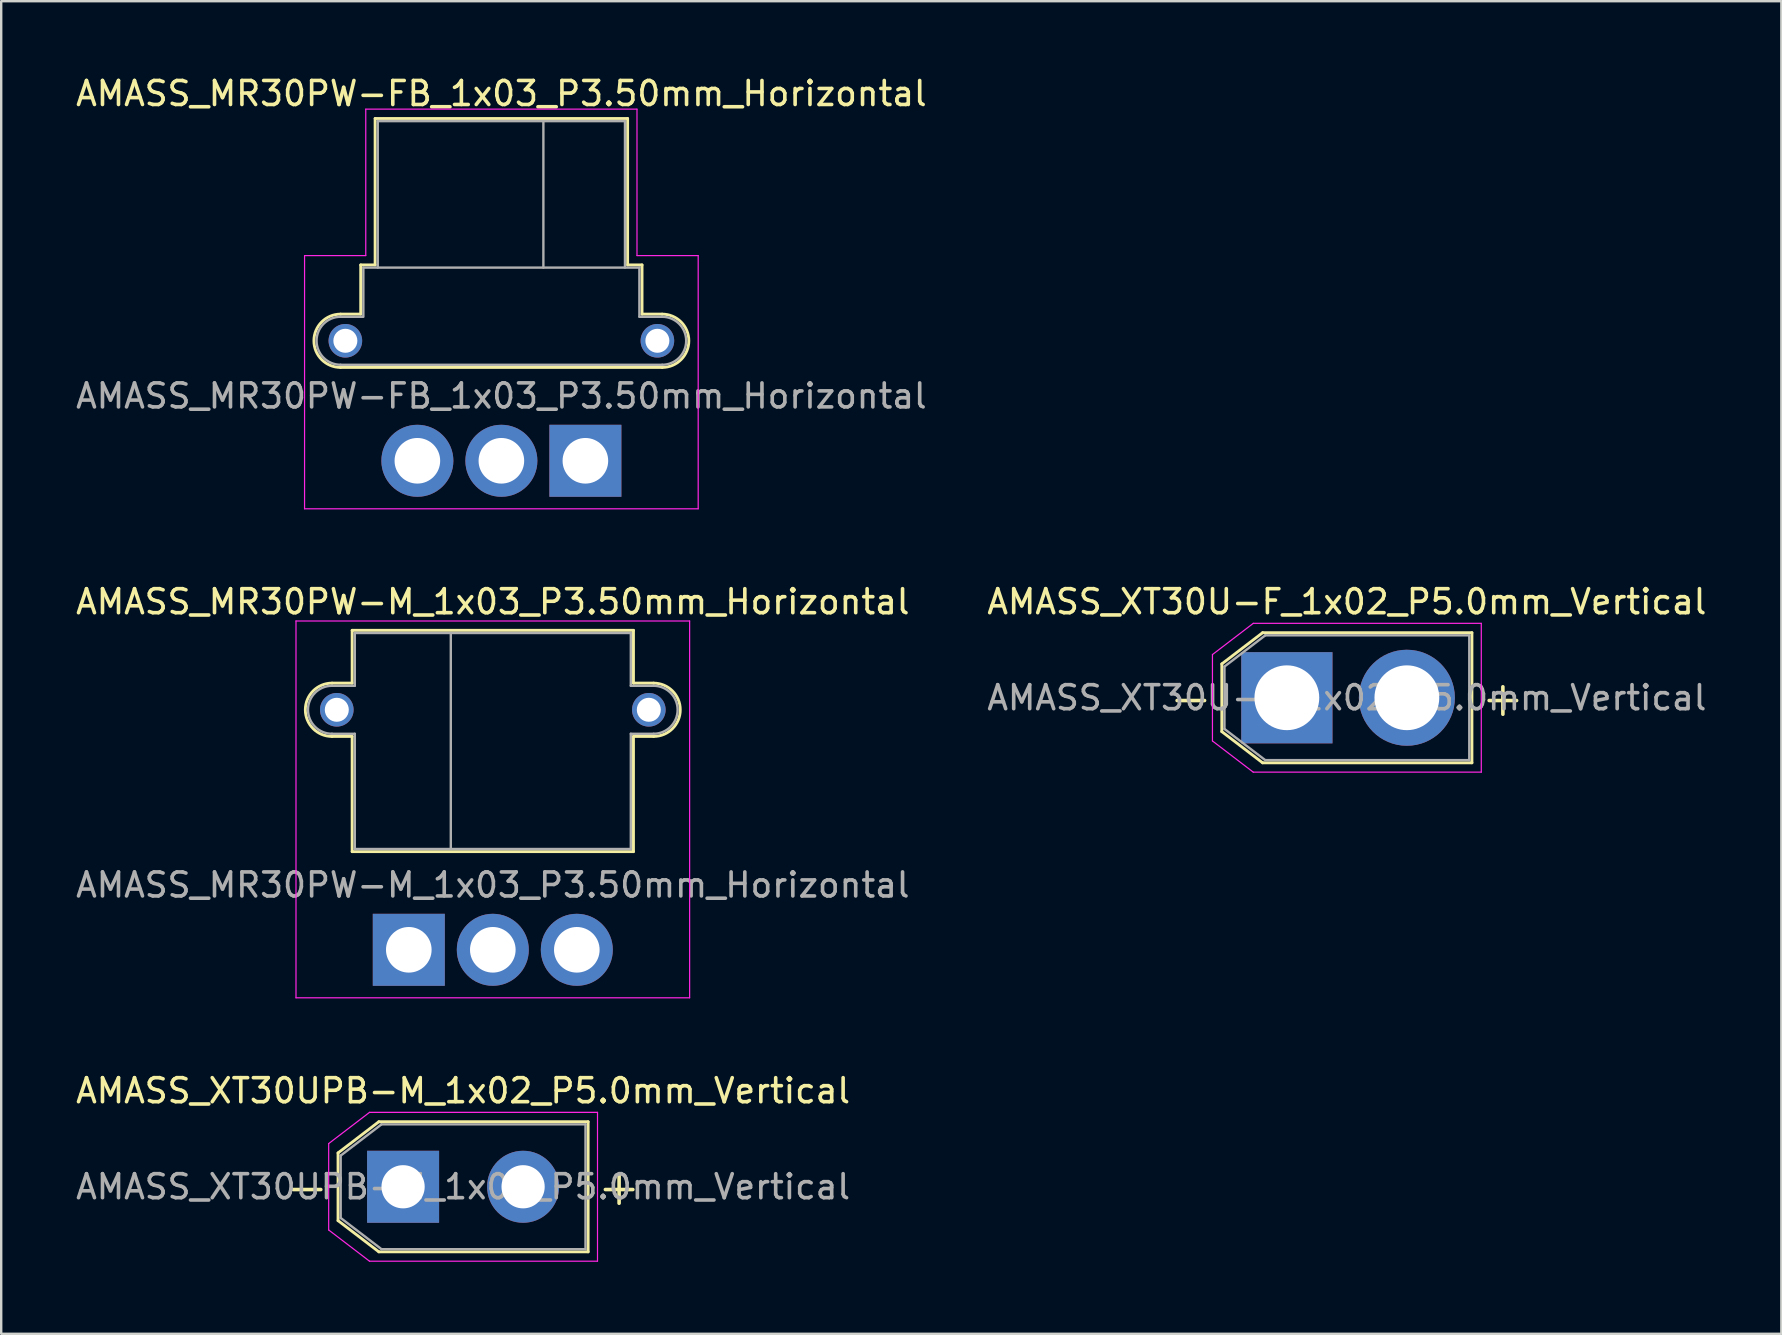
<source format=kicad_pcb>
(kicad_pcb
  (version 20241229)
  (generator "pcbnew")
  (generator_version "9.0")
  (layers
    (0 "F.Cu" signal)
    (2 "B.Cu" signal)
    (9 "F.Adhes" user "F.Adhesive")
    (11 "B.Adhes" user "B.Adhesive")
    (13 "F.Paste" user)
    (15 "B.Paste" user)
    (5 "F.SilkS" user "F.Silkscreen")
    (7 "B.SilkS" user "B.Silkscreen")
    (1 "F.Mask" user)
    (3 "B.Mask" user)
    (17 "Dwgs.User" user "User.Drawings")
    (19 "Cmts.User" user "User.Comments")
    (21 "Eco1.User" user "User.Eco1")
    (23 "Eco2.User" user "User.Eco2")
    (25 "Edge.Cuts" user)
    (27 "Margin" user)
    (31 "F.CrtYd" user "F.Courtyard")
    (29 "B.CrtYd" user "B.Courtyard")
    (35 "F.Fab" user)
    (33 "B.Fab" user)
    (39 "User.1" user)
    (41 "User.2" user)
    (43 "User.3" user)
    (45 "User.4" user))
  (footprint "AMASS_XT30U-F_1x02_P5.0mm_Vertical"
    (layer "F.Cu")
    (at 50.565 26.021)
    (property "Reference" "AMASS_XT30U-F_1x02_P5.0mm_Vertical" (at 2.5 -4 0) (layer "F.SilkS") (effects (font (size 1 1) (thickness 0.15))))
    (attr through_hole)
    (fp_line (start -2.71 -1.41) (end -2.71 1.41) (stroke (width 0.12) (type solid)) (layer "F.SilkS"))
    (fp_line (start -2.71 -1.41) (end -1.01 -2.71) (stroke (width 0.12) (type solid)) (layer "F.SilkS"))
    (fp_line (start -2.71 1.41) (end -1.01 2.71) (stroke (width 0.12) (type solid)) (layer "F.SilkS"))
    (fp_line (start -1.01 -2.71) (end 7.71 -2.71) (stroke (width 0.12) (type solid)) (layer "F.SilkS"))
    (fp_line (start -1.01 2.71) (end 7.71 2.71) (stroke (width 0.12) (type solid)) (layer "F.SilkS"))
    (fp_line (start 7.71 -2.71) (end 7.71 2.71) (stroke (width 0.12) (type solid)) (layer "F.SilkS"))
    (fp_line (start -3.1 -1.8) (end -3.1 1.8) (stroke (width 0.05) (type solid)) (layer "F.CrtYd"))
    (fp_line (start -3.1 -1.8) (end -1.4 -3.1) (stroke (width 0.05) (type solid)) (layer "F.CrtYd"))
    (fp_line (start -3.1 1.8) (end -1.4 3.1) (stroke (width 0.05) (type solid)) (layer "F.CrtYd"))
    (fp_line (start -1.4 -3.1) (end 8.1 -3.1) (stroke (width 0.05) (type solid)) (layer "F.CrtYd"))
    (fp_line (start -1.4 3.1) (end 8.1 3.1) (stroke (width 0.05) (type solid)) (layer "F.CrtYd"))
    (fp_line (start 8.1 -3.1) (end 8.1 3.1) (stroke (width 0.05) (type solid)) (layer "F.CrtYd"))
    (fp_line (start -2.6 -1.3) (end -2.6 1.3) (stroke (width 0.1) (type solid)) (layer "F.Fab"))
    (fp_line (start -2.6 -1.3) (end -0.9 -2.6) (stroke (width 0.1) (type solid)) (layer "F.Fab"))
    (fp_line (start -2.6 1.3) (end -0.9 2.6) (stroke (width 0.1) (type solid)) (layer "F.Fab"))
    (fp_line (start -0.9 -2.6) (end 7.6 -2.6) (stroke (width 0.1) (type solid)) (layer "F.Fab"))
    (fp_line (start -0.9 2.6) (end 7.6 2.6) (stroke (width 0.1) (type solid)) (layer "F.Fab"))
    (fp_line (start 7.6 -2.6) (end 7.6 2.6) (stroke (width 0.1) (type solid)) (layer "F.Fab"))
    (fp_text user "+" (at 9 0 0) (layer "F.SilkS") (effects (font (size 1.5 1.5) (thickness 0.15))))
    (fp_text user "-" (at -4 0 0) (layer "F.SilkS") (effects (font (size 1.5 1.5) (thickness 0.15))))
    (fp_text user "${REFERENCE}" (at 2.5 0 0) (layer "F.Fab") (effects (font (size 1 1) (thickness 0.15))))
    (pad "1" thru_hole rect (at 0 0) (size 3.8 3.8) (drill 2.7) (layers "*.Cu" "*.Mask"))
    (pad "2" thru_hole circle (at 5 0) (size 4 4) (drill 2.7) (layers "*.Cu" "*.Mask")))
  (footprint "AMASS_XT30UPB-M_1x02_P5.0mm_Vertical"
    (layer "F.Cu")
    (at 13.744 46.395)
    (property "Reference" "AMASS_XT30UPB-M_1x02_P5.0mm_Vertical" (at 2.5 -4 0) (layer "F.SilkS") (effects (font (size 1 1) (thickness 0.15))))
    (attr through_hole)
    (fp_line (start -2.71 -1.41) (end -2.71 1.41) (stroke (width 0.12) (type solid)) (layer "F.SilkS"))
    (fp_line (start -2.71 -1.41) (end -1.01 -2.71) (stroke (width 0.12) (type solid)) (layer "F.SilkS"))
    (fp_line (start -2.71 1.41) (end -1.01 2.71) (stroke (width 0.12) (type solid)) (layer "F.SilkS"))
    (fp_line (start -1.01 -2.71) (end 7.71 -2.71) (stroke (width 0.12) (type solid)) (layer "F.SilkS"))
    (fp_line (start -1.01 2.71) (end 7.71 2.71) (stroke (width 0.12) (type solid)) (layer "F.SilkS"))
    (fp_line (start 7.71 -2.71) (end 7.71 2.71) (stroke (width 0.12) (type solid)) (layer "F.SilkS"))
    (fp_line (start -3.1 -1.8) (end -3.1 1.8) (stroke (width 0.05) (type solid)) (layer "F.CrtYd"))
    (fp_line (start -3.1 -1.8) (end -1.4 -3.1) (stroke (width 0.05) (type solid)) (layer "F.CrtYd"))
    (fp_line (start -3.1 1.8) (end -1.4 3.1) (stroke (width 0.05) (type solid)) (layer "F.CrtYd"))
    (fp_line (start -1.4 -3.1) (end 8.1 -3.1) (stroke (width 0.05) (type solid)) (layer "F.CrtYd"))
    (fp_line (start -1.4 3.1) (end 8.1 3.1) (stroke (width 0.05) (type solid)) (layer "F.CrtYd"))
    (fp_line (start 8.1 -3.1) (end 8.1 3.1) (stroke (width 0.05) (type solid)) (layer "F.CrtYd"))
    (fp_line (start -2.6 -1.3) (end -2.6 1.3) (stroke (width 0.1) (type solid)) (layer "F.Fab"))
    (fp_line (start -2.6 -1.3) (end -0.9 -2.6) (stroke (width 0.1) (type solid)) (layer "F.Fab"))
    (fp_line (start -2.6 1.3) (end -0.9 2.6) (stroke (width 0.1) (type solid)) (layer "F.Fab"))
    (fp_line (start -0.9 -2.6) (end 7.6 -2.6) (stroke (width 0.1) (type solid)) (layer "F.Fab"))
    (fp_line (start -0.9 2.6) (end 7.6 2.6) (stroke (width 0.1) (type solid)) (layer "F.Fab"))
    (fp_line (start 7.6 -2.6) (end 7.6 2.6) (stroke (width 0.1) (type solid)) (layer "F.Fab"))
    (fp_text user "-" (at -4 0 0) (layer "F.SilkS") (effects (font (size 1.5 1.5) (thickness 0.15))))
    (fp_text user "+" (at 9 0 0) (layer "F.SilkS") (effects (font (size 1.5 1.5) (thickness 0.15))))
    (fp_text user "${REFERENCE}" (at 2.5 0 0) (layer "F.Fab") (effects (font (size 1 1) (thickness 0.15))))
    (pad "1" thru_hole rect (at 0 0) (size 3 3) (drill 1.8) (layers "*.Cu" "*.Mask"))
    (pad "2" thru_hole circle (at 5 0) (size 3 3) (drill 1.8) (layers "*.Cu" "*.Mask")))
  (footprint "AMASS_MR30PW-M_1x03_P3.50mm_Horizontal"
    (layer "F.Cu")
    (at 13.982 36.522)
    (property "Reference" "AMASS_MR30PW-M_1x03_P3.50mm_Horizontal" (at 3.5 -14.5 0) (layer "F.SilkS") (effects (font (size 1 1) (thickness 0.15))))
    (attr through_hole)
    (fp_line (start -3.2 -11.11) (end -2.36 -11.11) (stroke (width 0.12) (type solid)) (layer "F.SilkS"))
    (fp_line (start -3.2 -8.89) (end -2.36 -8.89) (stroke (width 0.12) (type solid)) (layer "F.SilkS"))
    (fp_line (start -2.36 -13.31) (end -2.36 -11.11) (stroke (width 0.12) (type solid)) (layer "F.SilkS"))
    (fp_line (start -2.36 -13.31) (end 9.36 -13.31) (stroke (width 0.12) (type solid)) (layer "F.SilkS"))
    (fp_line (start -2.36 -8.89) (end -2.36 -4.09) (stroke (width 0.12) (type solid)) (layer "F.SilkS"))
    (fp_line (start -2.36 -4.09) (end 9.36 -4.09) (stroke (width 0.12) (type solid)) (layer "F.SilkS"))
    (fp_line (start 9.36 -13.31) (end 9.36 -11.11) (stroke (width 0.12) (type solid)) (layer "F.SilkS"))
    (fp_line (start 9.36 -11.11) (end 10.2 -11.11) (stroke (width 0.12) (type solid)) (layer "F.SilkS"))
    (fp_line (start 9.36 -8.89) (end 9.36 -4.09) (stroke (width 0.12) (type solid)) (layer "F.SilkS"))
    (fp_line (start 9.36 -8.89) (end 10.2 -8.89) (stroke (width 0.12) (type solid)) (layer "F.SilkS"))
    (fp_arc (start -3.2 -8.89) (mid -4.31 -10) (end -3.2 -11.11) (stroke (width 0.12) (type solid)) (layer "F.SilkS"))
    (fp_arc (start 10.2 -11.11) (mid 11.31 -10) (end 10.2 -8.89) (stroke (width 0.12) (type solid)) (layer "F.SilkS"))
    (fp_line (start -4.7 -13.7) (end -4.7 2) (stroke (width 0.05) (type solid)) (layer "F.CrtYd"))
    (fp_line (start -4.7 -13.7) (end 11.7 -13.7) (stroke (width 0.05) (type solid)) (layer "F.CrtYd"))
    (fp_line (start -4.7 2) (end 11.7 2) (stroke (width 0.05) (type solid)) (layer "F.CrtYd"))
    (fp_line (start 11.7 -13.7) (end 11.7 2) (stroke (width 0.05) (type solid)) (layer "F.CrtYd"))
    (fp_line (start -3.2 -11) (end -2.25 -11) (stroke (width 0.1) (type solid)) (layer "F.Fab"))
    (fp_line (start -3.2 -9) (end -2.25 -9) (stroke (width 0.1) (type solid)) (layer "F.Fab"))
    (fp_line (start -2.25 -13.2) (end -2.25 -11) (stroke (width 0.1) (type solid)) (layer "F.Fab"))
    (fp_line (start -2.25 -13.2) (end 9.25 -13.2) (stroke (width 0.1) (type solid)) (layer "F.Fab"))
    (fp_line (start -2.25 -9) (end -2.25 -4.2) (stroke (width 0.1) (type solid)) (layer "F.Fab"))
    (fp_line (start -2.25 -4.2) (end 9.25 -4.2) (stroke (width 0.1) (type solid)) (layer "F.Fab"))
    (fp_line (start 1.75 -13.2) (end 1.75 -4.2) (stroke (width 0.1) (type solid)) (layer "F.Fab"))
    (fp_line (start 9.25 -13.2) (end 9.25 -11) (stroke (width 0.1) (type solid)) (layer "F.Fab"))
    (fp_line (start 9.25 -11) (end 10.2 -11) (stroke (width 0.1) (type solid)) (layer "F.Fab"))
    (fp_line (start 9.25 -9) (end 9.25 -4.2) (stroke (width 0.1) (type solid)) (layer "F.Fab"))
    (fp_line (start 9.25 -9) (end 10.2 -9) (stroke (width 0.1) (type solid)) (layer "F.Fab"))
    (fp_arc (start -3.2 -9) (mid -4.2 -10) (end -3.2 -11) (stroke (width 0.1) (type solid)) (layer "F.Fab"))
    (fp_arc (start 10.2 -11) (mid 11.2 -10) (end 10.2 -9) (stroke (width 0.1) (type solid)) (layer "F.Fab"))
    (fp_text user "${REFERENCE}" (at 3.5 -2.7 0) (layer "F.Fab") (effects (font (size 1 1) (thickness 0.15))))
    (pad "" thru_hole circle (at -3 -10) (size 1.4 1.4) (drill 1) (layers "*.Cu" "*.Mask"))
    (pad "" thru_hole circle (at 10 -10) (size 1.4 1.4) (drill 1) (layers "*.Cu" "*.Mask"))
    (pad "1" thru_hole rect (at 0 0) (size 3 3) (drill 1.9) (layers "*.Cu" "*.Mask"))
    (pad "2" thru_hole circle (at 3.5 0) (size 3 3) (drill 1.9) (layers "*.Cu" "*.Mask"))
    (pad "3" thru_hole circle (at 7 0) (size 3 3) (drill 1.9) (layers "*.Cu" "*.Mask")))
  (footprint "AMASS_MR30PW-FB_1x03_P3.50mm_Horizontal"
    (layer "F.Cu")
    (at 21.339 16.148)
    (property "Reference" "AMASS_MR30PW-FB_1x03_P3.50mm_Horizontal" (at -3.5 -15.3 0) (layer "F.SilkS") (effects (font (size 1 1) (thickness 0.15))))
    (attr through_hole)
    (fp_line (start -10.2 -6.11) (end -9.36 -6.11) (stroke (width 0.12) (type solid)) (layer "F.SilkS"))
    (fp_line (start -10.2 -3.89) (end 3.2 -3.89) (stroke (width 0.12) (type solid)) (layer "F.SilkS"))
    (fp_line (start -9.36 -8.16) (end -9.36 -6.11) (stroke (width 0.12) (type solid)) (layer "F.SilkS"))
    (fp_line (start -9.36 -8.16) (end -8.76 -8.16) (stroke (width 0.12) (type solid)) (layer "F.SilkS"))
    (fp_line (start -8.76 -14.26) (end -8.76 -8.16) (stroke (width 0.12) (type solid)) (layer "F.SilkS"))
    (fp_line (start -8.76 -14.26) (end 1.76 -14.26) (stroke (width 0.12) (type solid)) (layer "F.SilkS"))
    (fp_line (start 1.76 -14.26) (end 1.76 -8.16) (stroke (width 0.12) (type solid)) (layer "F.SilkS"))
    (fp_line (start 1.76 -8.16) (end 2.36 -8.16) (stroke (width 0.12) (type solid)) (layer "F.SilkS"))
    (fp_line (start 2.36 -8.16) (end 2.36 -6.11) (stroke (width 0.12) (type solid)) (layer "F.SilkS"))
    (fp_line (start 2.36 -6.11) (end 3.2 -6.11) (stroke (width 0.12) (type solid)) (layer "F.SilkS"))
    (fp_arc (start -10.2 -3.89) (mid -11.31 -5) (end -10.2 -6.11) (stroke (width 0.12) (type solid)) (layer "F.SilkS"))
    (fp_arc (start 3.2 -6.11) (mid 4.31 -5) (end 3.2 -3.89) (stroke (width 0.12) (type solid)) (layer "F.SilkS"))
    (fp_line (start -11.7 -8.55) (end -11.7 2) (stroke (width 0.05) (type solid)) (layer "F.CrtYd"))
    (fp_line (start -11.7 2) (end 4.7 2) (stroke (width 0.05) (type solid)) (layer "F.CrtYd"))
    (fp_line (start -9.15 -14.65) (end -9.15 -8.55) (stroke (width 0.05) (type solid)) (layer "F.CrtYd"))
    (fp_line (start -9.15 -14.65) (end 2.15 -14.65) (stroke (width 0.05) (type solid)) (layer "F.CrtYd"))
    (fp_line (start -9.15 -8.55) (end -11.7 -8.55) (stroke (width 0.05) (type solid)) (layer "F.CrtYd"))
    (fp_line (start 2.15 -14.65) (end 2.15 -8.55) (stroke (width 0.05) (type solid)) (layer "F.CrtYd"))
    (fp_line (start 4.7 -8.55) (end 2.15 -8.55) (stroke (width 0.05) (type solid)) (layer "F.CrtYd"))
    (fp_line (start 4.7 -8.55) (end 4.7 2) (stroke (width 0.05) (type solid)) (layer "F.CrtYd"))
    (fp_line (start -10.2 -6) (end -9.25 -6) (stroke (width 0.1) (type solid)) (layer "F.Fab"))
    (fp_line (start -10.2 -4) (end 3.2 -4) (stroke (width 0.1) (type solid)) (layer "F.Fab"))
    (fp_line (start -9.25 -8.05) (end -9.25 -6.05) (stroke (width 0.1) (type solid)) (layer "F.Fab"))
    (fp_line (start -9.25 -8.05) (end 2.25 -8.05) (stroke (width 0.1) (type solid)) (layer "F.Fab"))
    (fp_line (start -8.65 -14.15) (end -8.65 -8.05) (stroke (width 0.1) (type solid)) (layer "F.Fab"))
    (fp_line (start -8.65 -14.15) (end 1.65 -14.15) (stroke (width 0.1) (type solid)) (layer "F.Fab"))
    (fp_line (start -1.75 -14.15) (end -1.75 -8.05) (stroke (width 0.1) (type solid)) (layer "F.Fab"))
    (fp_line (start 1.65 -14.15) (end 1.65 -8.05) (stroke (width 0.1) (type solid)) (layer "F.Fab"))
    (fp_line (start 2.25 -8.05) (end 2.25 -6) (stroke (width 0.1) (type solid)) (layer "F.Fab"))
    (fp_line (start 2.255 -6) (end 3.2 -6) (stroke (width 0.1) (type solid)) (layer "F.Fab"))
    (fp_arc (start -10.2 -4) (mid -11.2 -5) (end -10.2 -6) (stroke (width 0.1) (type solid)) (layer "F.Fab"))
    (fp_arc (start 3.2 -6) (mid 4.2 -5) (end 3.2 -4) (stroke (width 0.1) (type solid)) (layer "F.Fab"))
    (fp_text user "${REFERENCE}" (at -3.5 -2.7 0) (layer "F.Fab") (effects (font (size 1 1) (thickness 0.15))))
    (pad "" thru_hole circle (at -10 -5) (size 1.4 1.4) (drill 1) (layers "*.Cu" "*.Mask"))
    (pad "" thru_hole circle (at 3 -5 90) (size 1.4 1.4) (drill 1) (layers "*.Cu" "*.Mask"))
    (pad "1" thru_hole rect (at 0 0) (size 3 3) (drill 1.9) (layers "*.Cu" "*.Mask"))
    (pad "2" thru_hole circle (at -3.5 0) (size 3 3) (drill 1.9) (layers "*.Cu" "*.Mask"))
    (pad "3" thru_hole circle (at -7 0) (size 3 3) (drill 1.9) (layers "*.Cu" "*.Mask")))
  (gr_rect
    (start -3 -3)
    (end 71.167 52.52)
    (stroke (width 0.1) (type default))
    (fill no)
    (layer "Edge.Cuts")))
</source>
